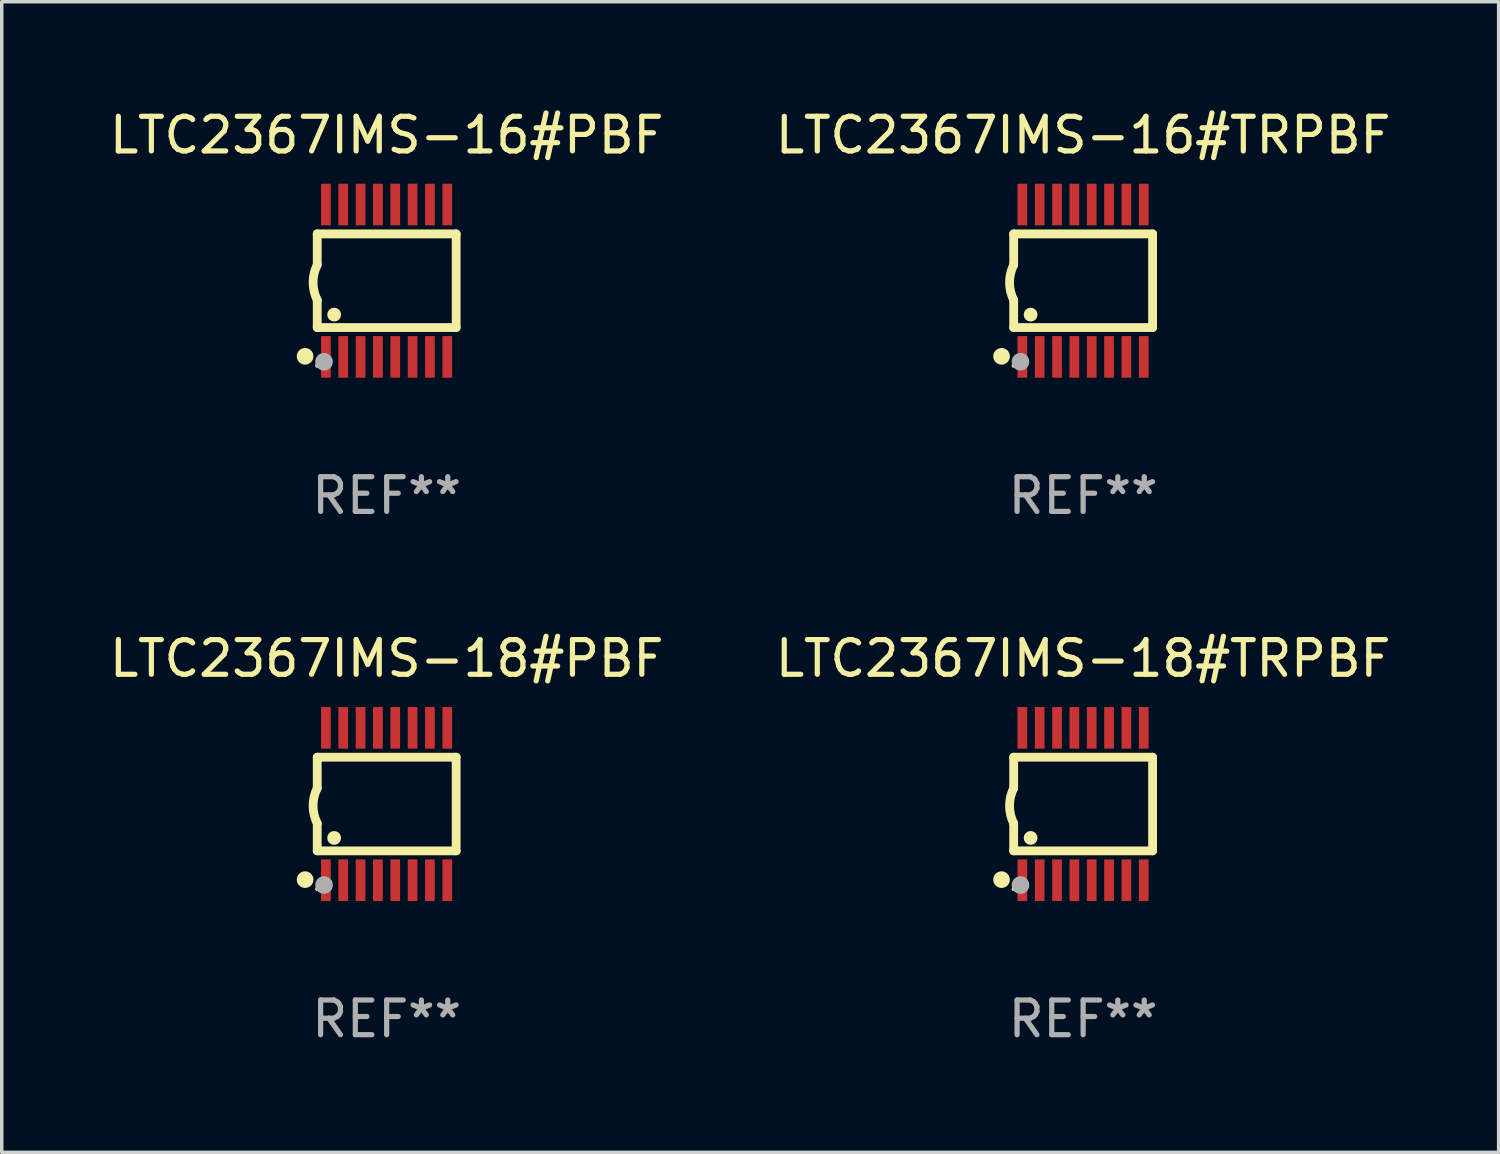
<source format=kicad_pcb>
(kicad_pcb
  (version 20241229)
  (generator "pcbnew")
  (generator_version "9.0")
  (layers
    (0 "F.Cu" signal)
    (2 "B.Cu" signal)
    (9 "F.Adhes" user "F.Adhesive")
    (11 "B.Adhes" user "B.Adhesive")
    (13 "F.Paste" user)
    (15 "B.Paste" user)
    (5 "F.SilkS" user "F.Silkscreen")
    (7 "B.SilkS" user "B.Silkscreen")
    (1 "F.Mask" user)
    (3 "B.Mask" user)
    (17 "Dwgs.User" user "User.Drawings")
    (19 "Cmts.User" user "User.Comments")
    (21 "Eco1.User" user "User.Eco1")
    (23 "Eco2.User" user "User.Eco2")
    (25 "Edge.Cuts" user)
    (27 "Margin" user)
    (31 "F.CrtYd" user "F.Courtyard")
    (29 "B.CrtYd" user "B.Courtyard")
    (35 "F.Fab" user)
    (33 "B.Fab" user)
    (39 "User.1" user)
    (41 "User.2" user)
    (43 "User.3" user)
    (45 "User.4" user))
  (footprint "LTC2367IMS-16#PBF"
    (layer "F.Cu")
    (at 8.101 5.045)
    (property "Reference" "LTC2367IMS-16#PBF" (at 0 -4.197 0) (layer "F.SilkS") (effects (font (size 1 1) (thickness 0.15))))
    (attr through_hole)
    (fp_line (start -2.003 -1.35) (end -2.003 -0.457) (stroke (width 0.254) (type solid)) (layer "F.SilkS"))
    (fp_line (start -2.003 -1.35) (end 2.003 -1.35) (stroke (width 0.254) (type solid)) (layer "F.SilkS"))
    (fp_line (start -2.003 1.35) (end -2.003 0.559) (stroke (width 0.254) (type solid)) (layer "F.SilkS"))
    (fp_line (start -2.003 1.35) (end 2.003 1.35) (stroke (width 0.254) (type solid)) (layer "F.SilkS"))
    (fp_line (start 2.003 -1.35) (end 2.003 1.35) (stroke (width 0.254) (type solid)) (layer "F.SilkS"))
    (fp_arc (start -2.002286 0.558802) (mid -2.122556 0.05092) (end -2.003302 -0.457201) (stroke (width 0.254001) (type solid)) (layer "F.SilkS"))
    (fp_circle (center -2.353 2.18) (end -2.233 2.18) (stroke (width 0.24) (type solid)) (fill no) (layer "F.SilkS"))
    (fp_circle (center -2.003 2.45) (end -1.973 2.45) (stroke (width 0.06) (type solid)) (fill no) (layer "F.SilkS"))
    (fp_circle (center -1.515 0.978) (end -1.415 0.978) (stroke (width 0.2) (type solid)) (fill no) (layer "F.SilkS"))
    (fp_circle (center -1.807 2.337) (end -1.68 2.337) (stroke (width 0.254) (type solid)) (fill no) (layer "F.Fab"))
    (fp_text user "REF**" (at 0 6.197 0) (layer "F.Fab") (effects (font (size 1 1) (thickness 0.15))))
    (pad "1" smd rect (at -1.753 2.197 90) (size 1.2 0.28) (layers "F.Cu" "F.Mask" "F.Paste"))
    (pad "2" smd rect (at -1.253 2.197 90) (size 1.2 0.28) (layers "F.Cu" "F.Mask" "F.Paste"))
    (pad "3" smd rect (at -0.753 2.197 90) (size 1.2 0.28) (layers "F.Cu" "F.Mask" "F.Paste"))
    (pad "4" smd rect (at -0.253 2.197 90) (size 1.2 0.28) (layers "F.Cu" "F.Mask" "F.Paste"))
    (pad "5" smd rect (at 0.247 2.197 90) (size 1.2 0.28) (layers "F.Cu" "F.Mask" "F.Paste"))
    (pad "6" smd rect (at 0.747 2.197 90) (size 1.2 0.28) (layers "F.Cu" "F.Mask" "F.Paste"))
    (pad "7" smd rect (at 1.247 2.197 90) (size 1.2 0.28) (layers "F.Cu" "F.Mask" "F.Paste"))
    (pad "8" smd rect (at 1.747 2.197 90) (size 1.2 0.28) (layers "F.Cu" "F.Mask" "F.Paste"))
    (pad "9" smd rect (at 1.747 -2.197 90) (size 1.2 0.28) (layers "F.Cu" "F.Mask" "F.Paste"))
    (pad "10" smd rect (at 1.247 -2.197 90) (size 1.2 0.28) (layers "F.Cu" "F.Mask" "F.Paste"))
    (pad "11" smd rect (at 0.747 -2.197 90) (size 1.2 0.28) (layers "F.Cu" "F.Mask" "F.Paste"))
    (pad "12" smd rect (at 0.247 -2.197 90) (size 1.2 0.28) (layers "F.Cu" "F.Mask" "F.Paste"))
    (pad "13" smd rect (at -0.253 -2.197 90) (size 1.2 0.28) (layers "F.Cu" "F.Mask" "F.Paste"))
    (pad "14" smd rect (at -0.753 -2.197 90) (size 1.2 0.28) (layers "F.Cu" "F.Mask" "F.Paste"))
    (pad "15" smd rect (at -1.253 -2.197 90) (size 1.2 0.28) (layers "F.Cu" "F.Mask" "F.Paste"))
    (pad "16" smd rect (at -1.753 -2.197 90) (size 1.2 0.28) (layers "F.Cu" "F.Mask" "F.Paste")))
  (footprint "LTC2367IMS-16#TRPBF"
    (layer "F.Cu")
    (at 28.185 5.045)
    (property "Reference" "LTC2367IMS-16#TRPBF" (at 0 -4.197 0) (layer "F.SilkS") (effects (font (size 1 1) (thickness 0.15))))
    (attr through_hole)
    (fp_line (start -2.003 -1.35) (end -2.003 -0.457) (stroke (width 0.254) (type solid)) (layer "F.SilkS"))
    (fp_line (start -2.003 -1.35) (end 2.003 -1.35) (stroke (width 0.254) (type solid)) (layer "F.SilkS"))
    (fp_line (start -2.003 1.35) (end -2.003 0.559) (stroke (width 0.254) (type solid)) (layer "F.SilkS"))
    (fp_line (start -2.003 1.35) (end 2.003 1.35) (stroke (width 0.254) (type solid)) (layer "F.SilkS"))
    (fp_line (start 2.003 -1.35) (end 2.003 1.35) (stroke (width 0.254) (type solid)) (layer "F.SilkS"))
    (fp_arc (start -2.002286 0.558802) (mid -2.122556 0.05092) (end -2.003302 -0.457201) (stroke (width 0.254001) (type solid)) (layer "F.SilkS"))
    (fp_circle (center -2.353 2.18) (end -2.233 2.18) (stroke (width 0.24) (type solid)) (fill no) (layer "F.SilkS"))
    (fp_circle (center -2.003 2.45) (end -1.973 2.45) (stroke (width 0.06) (type solid)) (fill no) (layer "F.SilkS"))
    (fp_circle (center -1.515 0.978) (end -1.415 0.978) (stroke (width 0.2) (type solid)) (fill no) (layer "F.SilkS"))
    (fp_circle (center -1.807 2.337) (end -1.68 2.337) (stroke (width 0.254) (type solid)) (fill no) (layer "F.Fab"))
    (fp_text user "REF**" (at 0 6.197 0) (layer "F.Fab") (effects (font (size 1 1) (thickness 0.15))))
    (pad "1" smd rect (at -1.753 2.197 90) (size 1.2 0.28) (layers "F.Cu" "F.Mask" "F.Paste"))
    (pad "2" smd rect (at -1.253 2.197 90) (size 1.2 0.28) (layers "F.Cu" "F.Mask" "F.Paste"))
    (pad "3" smd rect (at -0.753 2.197 90) (size 1.2 0.28) (layers "F.Cu" "F.Mask" "F.Paste"))
    (pad "4" smd rect (at -0.253 2.197 90) (size 1.2 0.28) (layers "F.Cu" "F.Mask" "F.Paste"))
    (pad "5" smd rect (at 0.247 2.197 90) (size 1.2 0.28) (layers "F.Cu" "F.Mask" "F.Paste"))
    (pad "6" smd rect (at 0.747 2.197 90) (size 1.2 0.28) (layers "F.Cu" "F.Mask" "F.Paste"))
    (pad "7" smd rect (at 1.247 2.197 90) (size 1.2 0.28) (layers "F.Cu" "F.Mask" "F.Paste"))
    (pad "8" smd rect (at 1.747 2.197 90) (size 1.2 0.28) (layers "F.Cu" "F.Mask" "F.Paste"))
    (pad "9" smd rect (at 1.747 -2.197 90) (size 1.2 0.28) (layers "F.Cu" "F.Mask" "F.Paste"))
    (pad "10" smd rect (at 1.247 -2.197 90) (size 1.2 0.28) (layers "F.Cu" "F.Mask" "F.Paste"))
    (pad "11" smd rect (at 0.747 -2.197 90) (size 1.2 0.28) (layers "F.Cu" "F.Mask" "F.Paste"))
    (pad "12" smd rect (at 0.247 -2.197 90) (size 1.2 0.28) (layers "F.Cu" "F.Mask" "F.Paste"))
    (pad "13" smd rect (at -0.253 -2.197 90) (size 1.2 0.28) (layers "F.Cu" "F.Mask" "F.Paste"))
    (pad "14" smd rect (at -0.753 -2.197 90) (size 1.2 0.28) (layers "F.Cu" "F.Mask" "F.Paste"))
    (pad "15" smd rect (at -1.253 -2.197 90) (size 1.2 0.28) (layers "F.Cu" "F.Mask" "F.Paste"))
    (pad "16" smd rect (at -1.753 -2.197 90) (size 1.2 0.28) (layers "F.Cu" "F.Mask" "F.Paste")))
  (footprint "LTC2367IMS-18#TRPBF"
    (layer "F.Cu")
    (at 28.185 20.136)
    (property "Reference" "LTC2367IMS-18#TRPBF" (at 0 -4.197 0) (layer "F.SilkS") (effects (font (size 1 1) (thickness 0.15))))
    (attr through_hole)
    (fp_line (start -2.003 -1.35) (end -2.003 -0.457) (stroke (width 0.254) (type solid)) (layer "F.SilkS"))
    (fp_line (start -2.003 -1.35) (end 2.003 -1.35) (stroke (width 0.254) (type solid)) (layer "F.SilkS"))
    (fp_line (start -2.003 1.35) (end -2.003 0.559) (stroke (width 0.254) (type solid)) (layer "F.SilkS"))
    (fp_line (start -2.003 1.35) (end 2.003 1.35) (stroke (width 0.254) (type solid)) (layer "F.SilkS"))
    (fp_line (start 2.003 -1.35) (end 2.003 1.35) (stroke (width 0.254) (type solid)) (layer "F.SilkS"))
    (fp_arc (start -2.002286 0.558802) (mid -2.122556 0.05092) (end -2.003302 -0.457201) (stroke (width 0.254001) (type solid)) (layer "F.SilkS"))
    (fp_circle (center -2.353 2.18) (end -2.233 2.18) (stroke (width 0.24) (type solid)) (fill no) (layer "F.SilkS"))
    (fp_circle (center -2.003 2.45) (end -1.973 2.45) (stroke (width 0.06) (type solid)) (fill no) (layer "F.SilkS"))
    (fp_circle (center -1.515 0.978) (end -1.415 0.978) (stroke (width 0.2) (type solid)) (fill no) (layer "F.SilkS"))
    (fp_circle (center -1.807 2.337) (end -1.68 2.337) (stroke (width 0.254) (type solid)) (fill no) (layer "F.Fab"))
    (fp_text user "REF**" (at 0 6.197 0) (layer "F.Fab") (effects (font (size 1 1) (thickness 0.15))))
    (pad "1" smd rect (at -1.753 2.197 90) (size 1.2 0.28) (layers "F.Cu" "F.Mask" "F.Paste"))
    (pad "2" smd rect (at -1.253 2.197 90) (size 1.2 0.28) (layers "F.Cu" "F.Mask" "F.Paste"))
    (pad "3" smd rect (at -0.753 2.197 90) (size 1.2 0.28) (layers "F.Cu" "F.Mask" "F.Paste"))
    (pad "4" smd rect (at -0.253 2.197 90) (size 1.2 0.28) (layers "F.Cu" "F.Mask" "F.Paste"))
    (pad "5" smd rect (at 0.247 2.197 90) (size 1.2 0.28) (layers "F.Cu" "F.Mask" "F.Paste"))
    (pad "6" smd rect (at 0.747 2.197 90) (size 1.2 0.28) (layers "F.Cu" "F.Mask" "F.Paste"))
    (pad "7" smd rect (at 1.247 2.197 90) (size 1.2 0.28) (layers "F.Cu" "F.Mask" "F.Paste"))
    (pad "8" smd rect (at 1.747 2.197 90) (size 1.2 0.28) (layers "F.Cu" "F.Mask" "F.Paste"))
    (pad "9" smd rect (at 1.747 -2.197 90) (size 1.2 0.28) (layers "F.Cu" "F.Mask" "F.Paste"))
    (pad "10" smd rect (at 1.247 -2.197 90) (size 1.2 0.28) (layers "F.Cu" "F.Mask" "F.Paste"))
    (pad "11" smd rect (at 0.747 -2.197 90) (size 1.2 0.28) (layers "F.Cu" "F.Mask" "F.Paste"))
    (pad "12" smd rect (at 0.247 -2.197 90) (size 1.2 0.28) (layers "F.Cu" "F.Mask" "F.Paste"))
    (pad "13" smd rect (at -0.253 -2.197 90) (size 1.2 0.28) (layers "F.Cu" "F.Mask" "F.Paste"))
    (pad "14" smd rect (at -0.753 -2.197 90) (size 1.2 0.28) (layers "F.Cu" "F.Mask" "F.Paste"))
    (pad "15" smd rect (at -1.253 -2.197 90) (size 1.2 0.28) (layers "F.Cu" "F.Mask" "F.Paste"))
    (pad "16" smd rect (at -1.753 -2.197 90) (size 1.2 0.28) (layers "F.Cu" "F.Mask" "F.Paste")))
  (footprint "LTC2367IMS-18#PBF"
    (layer "F.Cu")
    (at 8.101 20.136)
    (property "Reference" "LTC2367IMS-18#PBF" (at 0 -4.197 0) (layer "F.SilkS") (effects (font (size 1 1) (thickness 0.15))))
    (attr through_hole)
    (fp_line (start -2.003 -1.35) (end -2.003 -0.457) (stroke (width 0.254) (type solid)) (layer "F.SilkS"))
    (fp_line (start -2.003 -1.35) (end 2.003 -1.35) (stroke (width 0.254) (type solid)) (layer "F.SilkS"))
    (fp_line (start -2.003 1.35) (end -2.003 0.559) (stroke (width 0.254) (type solid)) (layer "F.SilkS"))
    (fp_line (start -2.003 1.35) (end 2.003 1.35) (stroke (width 0.254) (type solid)) (layer "F.SilkS"))
    (fp_line (start 2.003 -1.35) (end 2.003 1.35) (stroke (width 0.254) (type solid)) (layer "F.SilkS"))
    (fp_arc (start -2.002286 0.558802) (mid -2.122556 0.05092) (end -2.003302 -0.457201) (stroke (width 0.254001) (type solid)) (layer "F.SilkS"))
    (fp_circle (center -2.353 2.18) (end -2.233 2.18) (stroke (width 0.24) (type solid)) (fill no) (layer "F.SilkS"))
    (fp_circle (center -2.003 2.45) (end -1.973 2.45) (stroke (width 0.06) (type solid)) (fill no) (layer "F.SilkS"))
    (fp_circle (center -1.515 0.978) (end -1.415 0.978) (stroke (width 0.2) (type solid)) (fill no) (layer "F.SilkS"))
    (fp_circle (center -1.807 2.337) (end -1.68 2.337) (stroke (width 0.254) (type solid)) (fill no) (layer "F.Fab"))
    (fp_text user "REF**" (at 0 6.197 0) (layer "F.Fab") (effects (font (size 1 1) (thickness 0.15))))
    (pad "1" smd rect (at -1.753 2.197 90) (size 1.2 0.28) (layers "F.Cu" "F.Mask" "F.Paste"))
    (pad "2" smd rect (at -1.253 2.197 90) (size 1.2 0.28) (layers "F.Cu" "F.Mask" "F.Paste"))
    (pad "3" smd rect (at -0.753 2.197 90) (size 1.2 0.28) (layers "F.Cu" "F.Mask" "F.Paste"))
    (pad "4" smd rect (at -0.253 2.197 90) (size 1.2 0.28) (layers "F.Cu" "F.Mask" "F.Paste"))
    (pad "5" smd rect (at 0.247 2.197 90) (size 1.2 0.28) (layers "F.Cu" "F.Mask" "F.Paste"))
    (pad "6" smd rect (at 0.747 2.197 90) (size 1.2 0.28) (layers "F.Cu" "F.Mask" "F.Paste"))
    (pad "7" smd rect (at 1.247 2.197 90) (size 1.2 0.28) (layers "F.Cu" "F.Mask" "F.Paste"))
    (pad "8" smd rect (at 1.747 2.197 90) (size 1.2 0.28) (layers "F.Cu" "F.Mask" "F.Paste"))
    (pad "9" smd rect (at 1.747 -2.197 90) (size 1.2 0.28) (layers "F.Cu" "F.Mask" "F.Paste"))
    (pad "10" smd rect (at 1.247 -2.197 90) (size 1.2 0.28) (layers "F.Cu" "F.Mask" "F.Paste"))
    (pad "11" smd rect (at 0.747 -2.197 90) (size 1.2 0.28) (layers "F.Cu" "F.Mask" "F.Paste"))
    (pad "12" smd rect (at 0.247 -2.197 90) (size 1.2 0.28) (layers "F.Cu" "F.Mask" "F.Paste"))
    (pad "13" smd rect (at -0.253 -2.197 90) (size 1.2 0.28) (layers "F.Cu" "F.Mask" "F.Paste"))
    (pad "14" smd rect (at -0.753 -2.197 90) (size 1.2 0.28) (layers "F.Cu" "F.Mask" "F.Paste"))
    (pad "15" smd rect (at -1.253 -2.197 90) (size 1.2 0.28) (layers "F.Cu" "F.Mask" "F.Paste"))
    (pad "16" smd rect (at -1.753 -2.197 90) (size 1.2 0.28) (layers "F.Cu" "F.Mask" "F.Paste")))
  (gr_rect
    (start -3 -3)
    (end 40.167 30.181)
    (stroke (width 0.1) (type default))
    (fill no)
    (layer "Edge.Cuts")))
</source>
